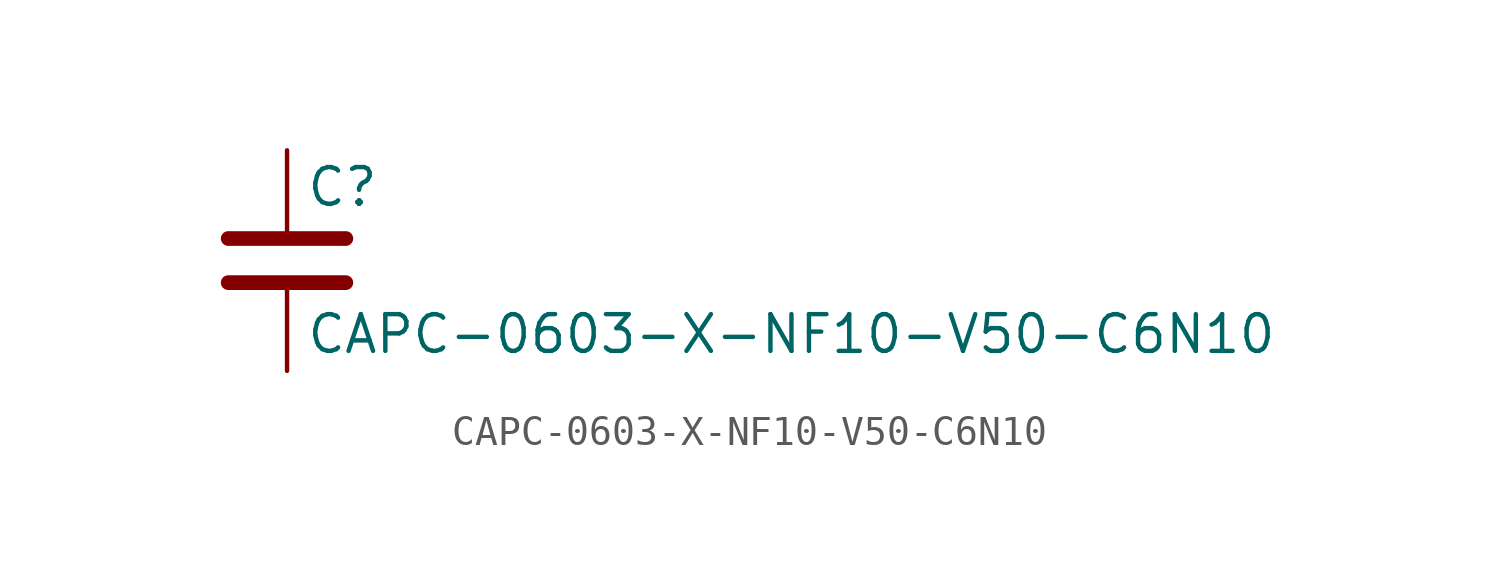
<source format=kicad_sym>
(kicad_symbol_lib
  (version 20211014)
  (generator kicad_symbol_editor)
  (symbol "CAPC-0603-X-NF10-V50-C6N10"
    (pin_numbers hide)
    (pin_names
      (offset 0.254))
    (property "Reference" "C"
      (at 0.635 2.54 0)
      (effects (font (size 1.27 1.27)) (justify left)))
    (property "Value" "CAPC-0603-X-NF10-V50-C6N10"
      (at 0.635 -2.54 0)
      (effects (font (size 1.27 1.27)) (justify left)))
    (symbol "CAPC-0603-X-NF10-V50-C6N10_0_1"
      (polyline (pts (xy -2.032 -0.762) (xy 2.032 -0.762)) (stroke (width 0.508) (type default) (color 0 0 0 0)) (fill (type none)))
      (polyline (pts (xy -2.032 0.762) (xy 2.032 0.762)) (stroke (width 0.508) (type default) (color 0 0 0 0)) (fill (type none))))
    (symbol "CAPC-0603-X-NF10-V50-C6N10_1_1"
      (pin passive line (at 0 3.81 270) (length 2.794) (name "~" (effects (font (size 1.27 1.27)))) (number "1" (effects (font (size 1.27 1.27)))))
      (pin passive line (at 0 -3.81 90) (length 2.794) (name "~" (effects (font (size 1.27 1.27)))) (number "2" (effects (font (size 1.27 1.27))))))))
</source>
